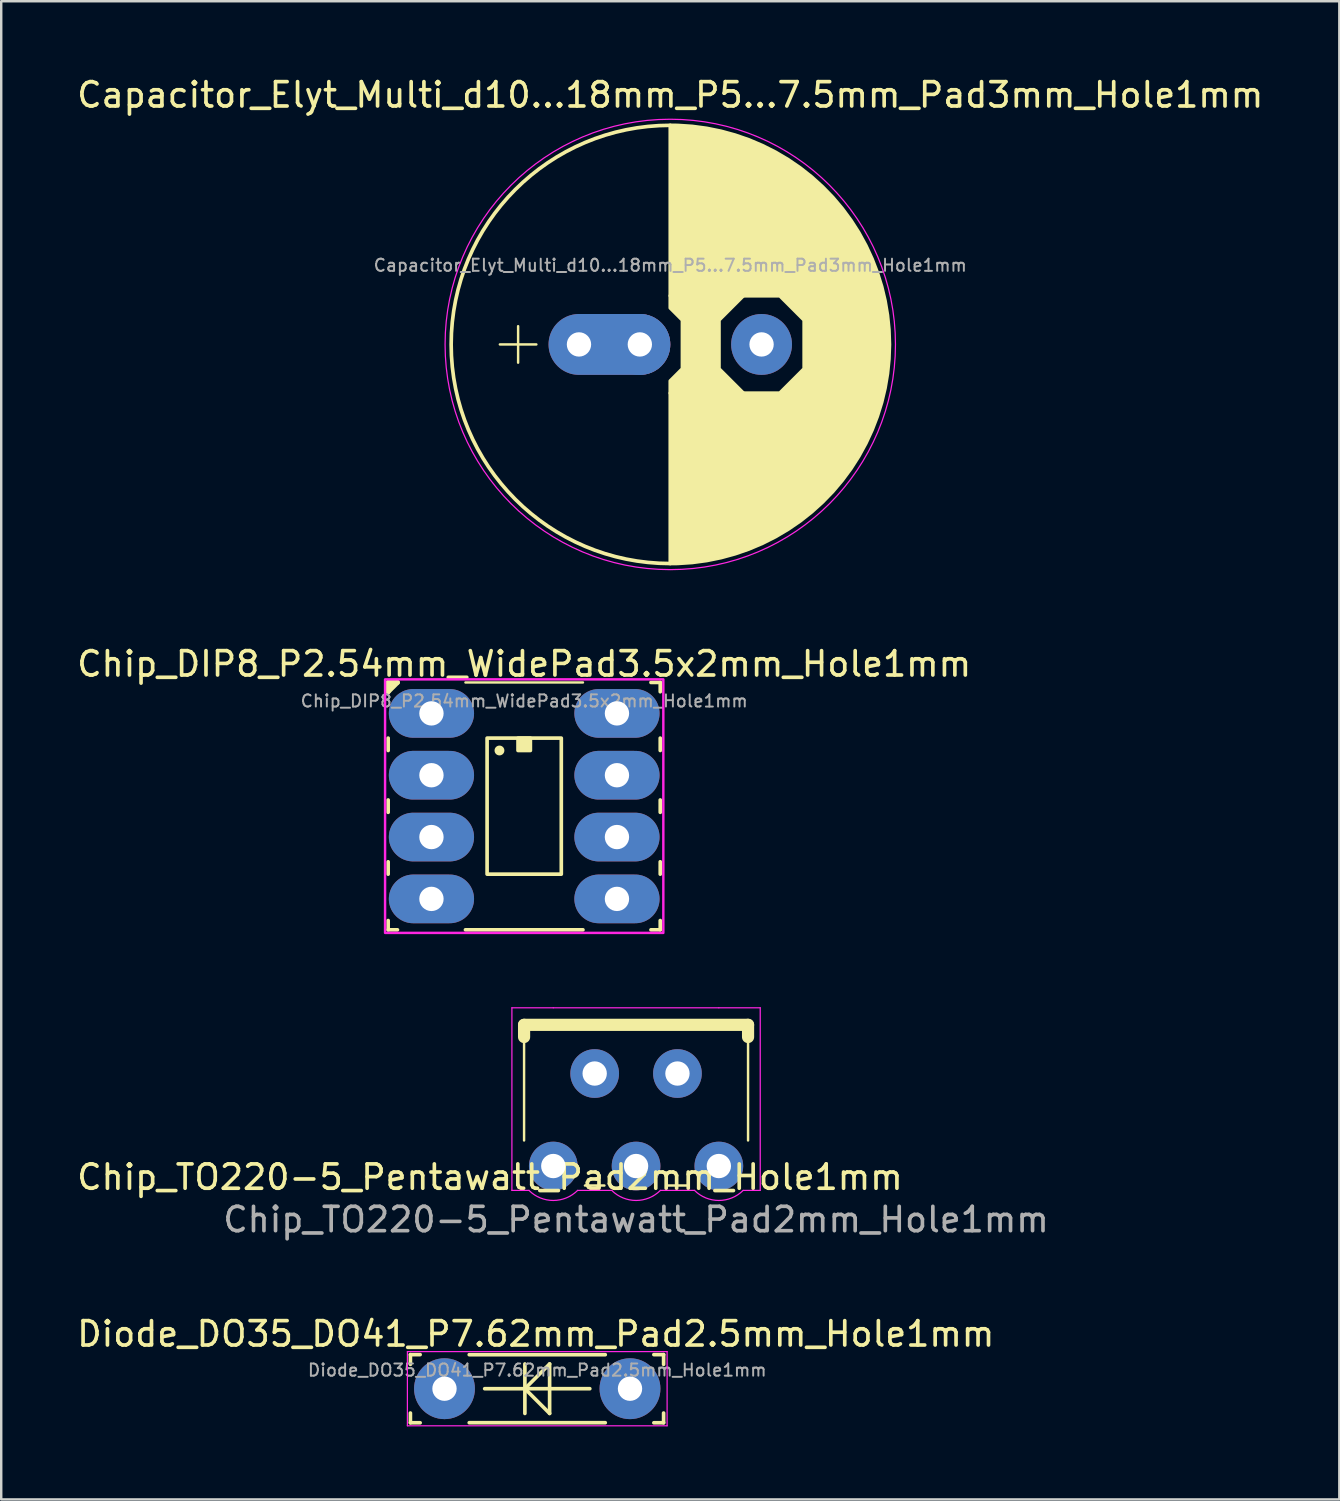
<source format=kicad_pcb>
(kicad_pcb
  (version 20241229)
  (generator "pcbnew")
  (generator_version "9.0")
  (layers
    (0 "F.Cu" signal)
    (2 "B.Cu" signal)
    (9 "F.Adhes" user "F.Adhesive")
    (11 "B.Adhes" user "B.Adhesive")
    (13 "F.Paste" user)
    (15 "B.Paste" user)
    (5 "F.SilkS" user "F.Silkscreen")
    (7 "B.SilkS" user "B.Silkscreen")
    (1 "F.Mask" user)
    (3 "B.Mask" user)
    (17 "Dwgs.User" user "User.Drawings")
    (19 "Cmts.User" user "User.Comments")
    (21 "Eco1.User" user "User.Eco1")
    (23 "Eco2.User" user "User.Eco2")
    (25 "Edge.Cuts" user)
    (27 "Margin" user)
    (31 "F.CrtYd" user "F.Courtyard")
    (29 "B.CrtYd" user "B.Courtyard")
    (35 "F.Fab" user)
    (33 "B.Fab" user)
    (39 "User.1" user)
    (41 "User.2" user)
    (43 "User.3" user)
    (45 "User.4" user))
  (footprint "Chip_TO220-5_Pentawatt_Pad2mm_Hole1mm"
    (layer "F.Cu")
    (at 19.677 44.846)
    (property "Reference" "Chip_TO220-5_Pentawatt_Pad2mm_Hole1mm" (at -2.6 0.457 0) (layer "F.SilkS") (effects (font (size 1 1) (thickness 0.15))))
    (attr through_hole)
    (fp_line (start -1.2 -5.8) (end -1.2 -5.3) (stroke (width 0.5) (type default)) (layer "F.SilkS"))
    (fp_line (start -1.2 -5.8) (end 8 -5.8) (stroke (width 0.5) (type default)) (layer "F.SilkS"))
    (fp_line (start -1.2 -5.3) (end -1.2 -1.05) (stroke (width 0.1) (type default)) (layer "F.SilkS"))
    (fp_line (start 1.3 0.8) (end 2.1 0.8) (stroke (width 0.1) (type default)) (layer "F.SilkS"))
    (fp_line (start 4.7 0.8) (end 5.5 0.8) (stroke (width 0.1) (type default)) (layer "F.SilkS"))
    (fp_line (start 8 -5.8) (end 8 -5.3) (stroke (width 0.5) (type default)) (layer "F.SilkS"))
    (fp_line (start 8 -5.3) (end 8 -1.05) (stroke (width 0.1) (type default)) (layer "F.SilkS"))
    (fp_line (start -1.7 -6.5) (end -1.7 1) (stroke (width 0.05) (type default)) (layer "F.CrtYd"))
    (fp_line (start -1 1) (end -1.7 1) (stroke (width 0.05) (type default)) (layer "F.CrtYd"))
    (fp_line (start 0 -6.5) (end -1.7 -6.5) (stroke (width 0.05) (type default)) (layer "F.CrtYd"))
    (fp_line (start 0 -6.5) (end 6.8 -6.5) (stroke (width 0.05) (type default)) (layer "F.CrtYd"))
    (fp_line (start 2.4 1) (end 1 1) (stroke (width 0.05) (type default)) (layer "F.CrtYd"))
    (fp_line (start 5.8 1) (end 4.4 1) (stroke (width 0.05) (type default)) (layer "F.CrtYd"))
    (fp_line (start 8.5 -6.5) (end 6.8 -6.5) (stroke (width 0.05) (type default)) (layer "F.CrtYd"))
    (fp_line (start 8.5 -6.5) (end 8.5 1) (stroke (width 0.05) (type default)) (layer "F.CrtYd"))
    (fp_line (start 8.5 1) (end 7.8 1) (stroke (width 0.05) (type default)) (layer "F.CrtYd"))
    (fp_arc (start 1 1) (mid 0 1.414214) (end -1 1) (stroke (width 0.05) (type default)) (layer "F.CrtYd"))
    (fp_arc (start 4.4 1) (mid 3.4 1.414214) (end 2.4 1) (stroke (width 0.05) (type default)) (layer "F.CrtYd"))
    (fp_arc (start 7.8 1) (mid 6.8 1.414214) (end 5.8 1) (stroke (width 0.05) (type default)) (layer "F.CrtYd"))
    (fp_text user "${REFERENCE}" (at 3.4 2.2 0) (layer "F.Fab") (effects (font (size 1 1) (thickness 0.15))))
    (pad "1" thru_hole circle (at 0 0) (size 2 2) (drill 1) (layers "*.Cu" "*.Mask"))
    (pad "2" thru_hole circle (at 1.7 -3.8) (size 2 2) (drill 1) (layers "*.Cu" "*.Mask"))
    (pad "3" thru_hole circle (at 3.4 0) (size 2 2) (drill 1) (layers "*.Cu" "*.Mask"))
    (pad "4" thru_hole circle (at 5.1 -3.8) (size 2 2) (drill 1) (layers "*.Cu" "*.Mask"))
    (pad "5" thru_hole circle (at 6.8 0) (size 2 2) (drill 1) (layers "*.Cu" "*.Mask")))
  (footprint "Capacitor_Elyt_Multi_d10...18mm_P5...7.5mm_Pad3mm_Hole1mm"
    (layer "F.Cu")
    (at 20.732 11.098)
    (property "Reference" "Capacitor_Elyt_Multi_d10...18mm_P5...7.5mm_Pad3mm_Hole1mm" (at 3.75 -10.25 0) (layer "F.SilkS") (effects (font (size 1 1) (thickness 0.15))))
    (attr through_hole)
    (fp_line (start -3.25 0) (end -1.75 0) (stroke (width 0.1) (type default)) (layer "F.SilkS"))
    (fp_line (start -2.5 -0.75) (end -2.5 0.75) (stroke (width 0.1) (type default)) (layer "F.SilkS"))
    (fp_arc (start 3.75 9) (mid -5.25 0) (end 3.75 -9) (stroke (width 0.15) (type default)) (layer "F.SilkS"))
    (fp_poly (pts (xy 3.75 -2) (xy 3.75 -1.5) (xy 4.25 -1) (xy 4.25 1) (xy 3.75 1.5) (xy 3.75 2) (xy 6.25 2) (xy 6.75 2) (xy 5.75 1) (xy 5.75 -1) (xy 6.75 -2) (xy 6.25 -2)) (stroke (width 0.15) (type solid)) (fill yes) (layer "F.SilkS"))
    (fp_poly (pts (xy 3.75 9) (xy 4.051 8.997) (xy 4.651 8.957) (xy 5.247 8.877) (xy 5.837 8.757) (xy 6.417 8.598) (xy 6.986 8.401) (xy 7.539 8.166) (xy 8.076 7.895) (xy 8.594 7.588) (xy 9.09 7.248) (xy 9.562 6.875) (xy 10.008 6.471) (xy 10.427 6.039) (xy 10.815 5.579) (xy 11.172 5.095) (xy 11.496 4.588) (xy 11.785 4.06) (xy 12.038 3.514) (xy 12.254 2.953) (xy 12.433 2.378) (xy 12.572 1.793) (xy 12.672 1.2) (xy 12.732 0.601) (xy 12.753 0) (xy 12.732 -0.601) (xy 12.672 -1.2) (xy 12.572 -1.793) (xy 12.433 -2.378) (xy 12.254 -2.953) (xy 12.038 -3.514) (xy 11.785 -4.06) (xy 11.496 -4.588) (xy 11.172 -5.095) (xy 10.815 -5.579) (xy 10.427 -6.039) (xy 10.008 -6.471) (xy 9.562 -6.875) (xy 9.09 -7.248) (xy 8.594 -7.588) (xy 8.076 -7.895) (xy 7.539 -8.166) (xy 6.986 -8.401) (xy 6.417 -8.598) (xy 5.837 -8.757) (xy 5.247 -8.877) (xy 4.651 -8.957) (xy 4.051 -8.997) (xy 3.75 -9) (xy 3.75 -2) (xy 8.25 -2) (xy 9.25 -1) (xy 9.25 0) (xy 9.25 1) (xy 8.25 2) (xy 3.75 2)) (stroke (width 0.15) (type solid)) (fill yes) (layer "F.SilkS"))
    (fp_circle (center 3.75 0) (end 13 0) (stroke (width 0.05) (type default)) (fill no) (layer "F.CrtYd"))
    (fp_text user "${REFERENCE}" (at 3.75 -3.25 0) (layer "F.Fab") (effects (font (size 0.5 0.5) (thickness 0.08))))
    (pad "1" thru_hole oval (at 0 0) (size 5 2.5) (drill 1 (offset 1.25 0)) (layers "*.Cu" "*.Mask"))
    (pad "1" thru_hole circle (at 2.5 0) (size 2.5 2.5) (drill 1) (layers "*.Cu" "*.Mask"))
    (pad "2" thru_hole circle (at 7.5 0 90) (size 2.5 2.5) (drill 1) (layers "*.Cu" "*.Mask")))
  (footprint "Chip_DIP8_P2.54mm_WidePad3.5x2mm_Hole1mm"
    (layer "F.Cu")
    (at 14.672 26.253)
    (property "Reference" "Chip_DIP8_P2.54mm_WidePad3.5x2mm_Hole1mm" (at 3.81 -2.032 0) (layer "F.SilkS") (effects (font (size 1 1) (thickness 0.15))))
    (attr through_hole)
    (fp_line (start -1.778 -1.27) (end -1.778 -0.889) (stroke (width 0.2) (type default)) (layer "F.SilkS"))
    (fp_line (start -1.778 -1.27) (end -1.587 -1.079) (stroke (width 0.1) (type default)) (layer "F.SilkS"))
    (fp_line (start -1.778 -0.889) (end -1.397 -1.27) (stroke (width 0.2) (type default)) (layer "F.SilkS"))
    (fp_line (start -1.778 1.016) (end -1.778 1.524) (stroke (width 0.15) (type default)) (layer "F.SilkS"))
    (fp_line (start -1.778 3.556) (end -1.778 4.064) (stroke (width 0.15) (type default)) (layer "F.SilkS"))
    (fp_line (start -1.778 6.096) (end -1.778 6.604) (stroke (width 0.15) (type default)) (layer "F.SilkS"))
    (fp_line (start -1.778 8.509) (end -1.778 8.89) (stroke (width 0.15) (type default)) (layer "F.SilkS"))
    (fp_line (start -1.778 8.89) (end -1.397 8.89) (stroke (width 0.15) (type default)) (layer "F.SilkS"))
    (fp_line (start -1.397 -1.27) (end -1.778 -1.27) (stroke (width 0.2) (type default)) (layer "F.SilkS"))
    (fp_line (start 1.397 -1.27) (end 6.223 -1.27) (stroke (width 0.1) (type default)) (layer "F.SilkS"))
    (fp_line (start 1.397 8.89) (end 6.223 8.89) (stroke (width 0.15) (type default)) (layer "F.SilkS"))
    (fp_line (start 9.017 8.89) (end 9.398 8.89) (stroke (width 0.15) (type default)) (layer "F.SilkS"))
    (fp_line (start 9.398 -1.27) (end 9.017 -1.27) (stroke (width 0.15) (type default)) (layer "F.SilkS"))
    (fp_line (start 9.398 -0.889) (end 9.398 -1.27) (stroke (width 0.15) (type default)) (layer "F.SilkS"))
    (fp_line (start 9.398 1.016) (end 9.398 1.524) (stroke (width 0.15) (type default)) (layer "F.SilkS"))
    (fp_line (start 9.398 3.556) (end 9.398 4.064) (stroke (width 0.15) (type default)) (layer "F.SilkS"))
    (fp_line (start 9.398 6.096) (end 9.398 6.604) (stroke (width 0.15) (type default)) (layer "F.SilkS"))
    (fp_line (start 9.398 8.89) (end 9.398 8.509) (stroke (width 0.15) (type default)) (layer "F.SilkS"))
    (fp_rect (start 2.286 1.016) (end 5.334 6.604) (stroke (width 0.15) (type default)) (fill no) (layer "F.SilkS"))
    (fp_rect (start 3.556 1.016) (end 4.064 1.524) (stroke (width 0.15) (type solid)) (fill yes) (layer "F.SilkS"))
    (fp_circle (center 2.794 1.524) (end 2.921 1.524) (stroke (width 0.15) (type solid)) (fill yes) (layer "F.SilkS"))
    (fp_rect (start -1.905 -1.397) (end 9.525 9.017) (stroke (width 0.1) (type default)) (fill no) (layer "F.CrtYd"))
    (fp_text user "${REFERENCE}" (at 3.81 -0.508 0) (layer "F.Fab") (effects (font (size 0.5 0.5) (thickness 0.08))))
    (pad "1" thru_hole oval (at 0 0) (size 3.5 2) (drill 1) (layers "*.Cu" "*.Mask"))
    (pad "2" thru_hole oval (at 0 2.54) (size 3.5 2) (drill 1) (layers "*.Cu" "*.Mask"))
    (pad "3" thru_hole oval (at 0 5.08) (size 3.5 2) (drill 1) (layers "*.Cu" "*.Mask"))
    (pad "4" thru_hole oval (at 0 7.62) (size 3.5 2) (drill 1) (layers "*.Cu" "*.Mask"))
    (pad "5" thru_hole oval (at 7.62 7.62) (size 3.5 2) (drill 1) (layers "*.Cu" "*.Mask"))
    (pad "6" thru_hole oval (at 7.62 5.08) (size 3.5 2) (drill 1) (layers "*.Cu" "*.Mask"))
    (pad "7" thru_hole oval (at 7.62 2.54) (size 3.5 2) (drill 1) (layers "*.Cu" "*.Mask"))
    (pad "8" thru_hole oval (at 7.62 0) (size 3.5 2) (drill 1) (layers "*.Cu" "*.Mask")))
  (footprint "Diode_DO35_DO41_P7.62mm_Pad2.5mm_Hole1mm"
    (layer "F.Cu")
    (at 15.208 53.992)
    (property "Reference" "Diode_DO35_DO41_P7.62mm_Pad2.5mm_Hole1mm" (at 3.75 -2.25 0) (layer "F.SilkS") (effects (font (size 1 1) (thickness 0.15))))
    (attr through_hole)
    (fp_line (start -1.4 -1.4) (end -1 -1.4) (stroke (width 0.15) (type default)) (layer "F.SilkS"))
    (fp_line (start -1.4 -1) (end -1.4 -1.4) (stroke (width 0.15) (type default)) (layer "F.SilkS"))
    (fp_line (start -1.4 1.4) (end -1.4 1) (stroke (width 0.15) (type default)) (layer "F.SilkS"))
    (fp_line (start -1.4 1.4) (end -1 1.4) (stroke (width 0.15) (type default)) (layer "F.SilkS"))
    (fp_line (start 1.016 -1.397) (end 6.604 -1.397) (stroke (width 0.15) (type default)) (layer "F.SilkS"))
    (fp_line (start 1.016 1.397) (end 6.604 1.397) (stroke (width 0.15) (type default)) (layer "F.SilkS"))
    (fp_line (start 3.302 -1.016) (end 3.302 1.016) (stroke (width 0.15) (type default)) (layer "F.SilkS"))
    (fp_line (start 3.302 0) (end 1.651 0) (stroke (width 0.15) (type default)) (layer "F.SilkS"))
    (fp_line (start 4.318 -1.016) (end 3.302 0) (stroke (width 0.15) (type default)) (layer "F.SilkS"))
    (fp_line (start 4.318 -1.016) (end 4.318 1.016) (stroke (width 0.15) (type default)) (layer "F.SilkS"))
    (fp_line (start 4.318 0) (end 3.302 0) (stroke (width 0.15) (type default)) (layer "F.SilkS"))
    (fp_line (start 4.318 0) (end 5.969 0) (stroke (width 0.15) (type default)) (layer "F.SilkS"))
    (fp_line (start 4.318 1.016) (end 3.302 0) (stroke (width 0.15) (type default)) (layer "F.SilkS"))
    (fp_line (start 8.6 -1.4) (end 9 -1.4) (stroke (width 0.15) (type default)) (layer "F.SilkS"))
    (fp_line (start 8.6 1.4) (end 9 1.4) (stroke (width 0.15) (type default)) (layer "F.SilkS"))
    (fp_line (start 9 -1.4) (end 9 -1) (stroke (width 0.15) (type default)) (layer "F.SilkS"))
    (fp_line (start 9 1.4) (end 9 1) (stroke (width 0.15) (type default)) (layer "F.SilkS"))
    (fp_line (start -1.524 -1.524) (end -1.524 1.524) (stroke (width 0.05) (type default)) (layer "F.CrtYd"))
    (fp_line (start -1.524 1.524) (end 9.144 1.524) (stroke (width 0.05) (type default)) (layer "F.CrtYd"))
    (fp_line (start 9.144 -1.524) (end -1.524 -1.524) (stroke (width 0.05) (type default)) (layer "F.CrtYd"))
    (fp_line (start 9.144 1.524) (end 9.144 -1.524) (stroke (width 0.05) (type default)) (layer "F.CrtYd"))
    (fp_text user "${REFERENCE}" (at 3.81 -0.762 0) (layer "F.Fab") (effects (font (size 0.5 0.5) (thickness 0.08))))
    (pad "1" thru_hole circle (at 0 0 90) (size 2.5 2.5) (drill 1) (layers "*.Cu" "*.Mask"))
    (pad "2" thru_hole circle (at 7.62 0 90) (size 2.5 2.5) (drill 1) (layers "*.Cu" "*.Mask")))
  (gr_rect
    (start -3 -3)
    (end 51.964 58.541)
    (stroke (width 0.1) (type default))
    (fill no)
    (layer "Edge.Cuts")))
</source>
